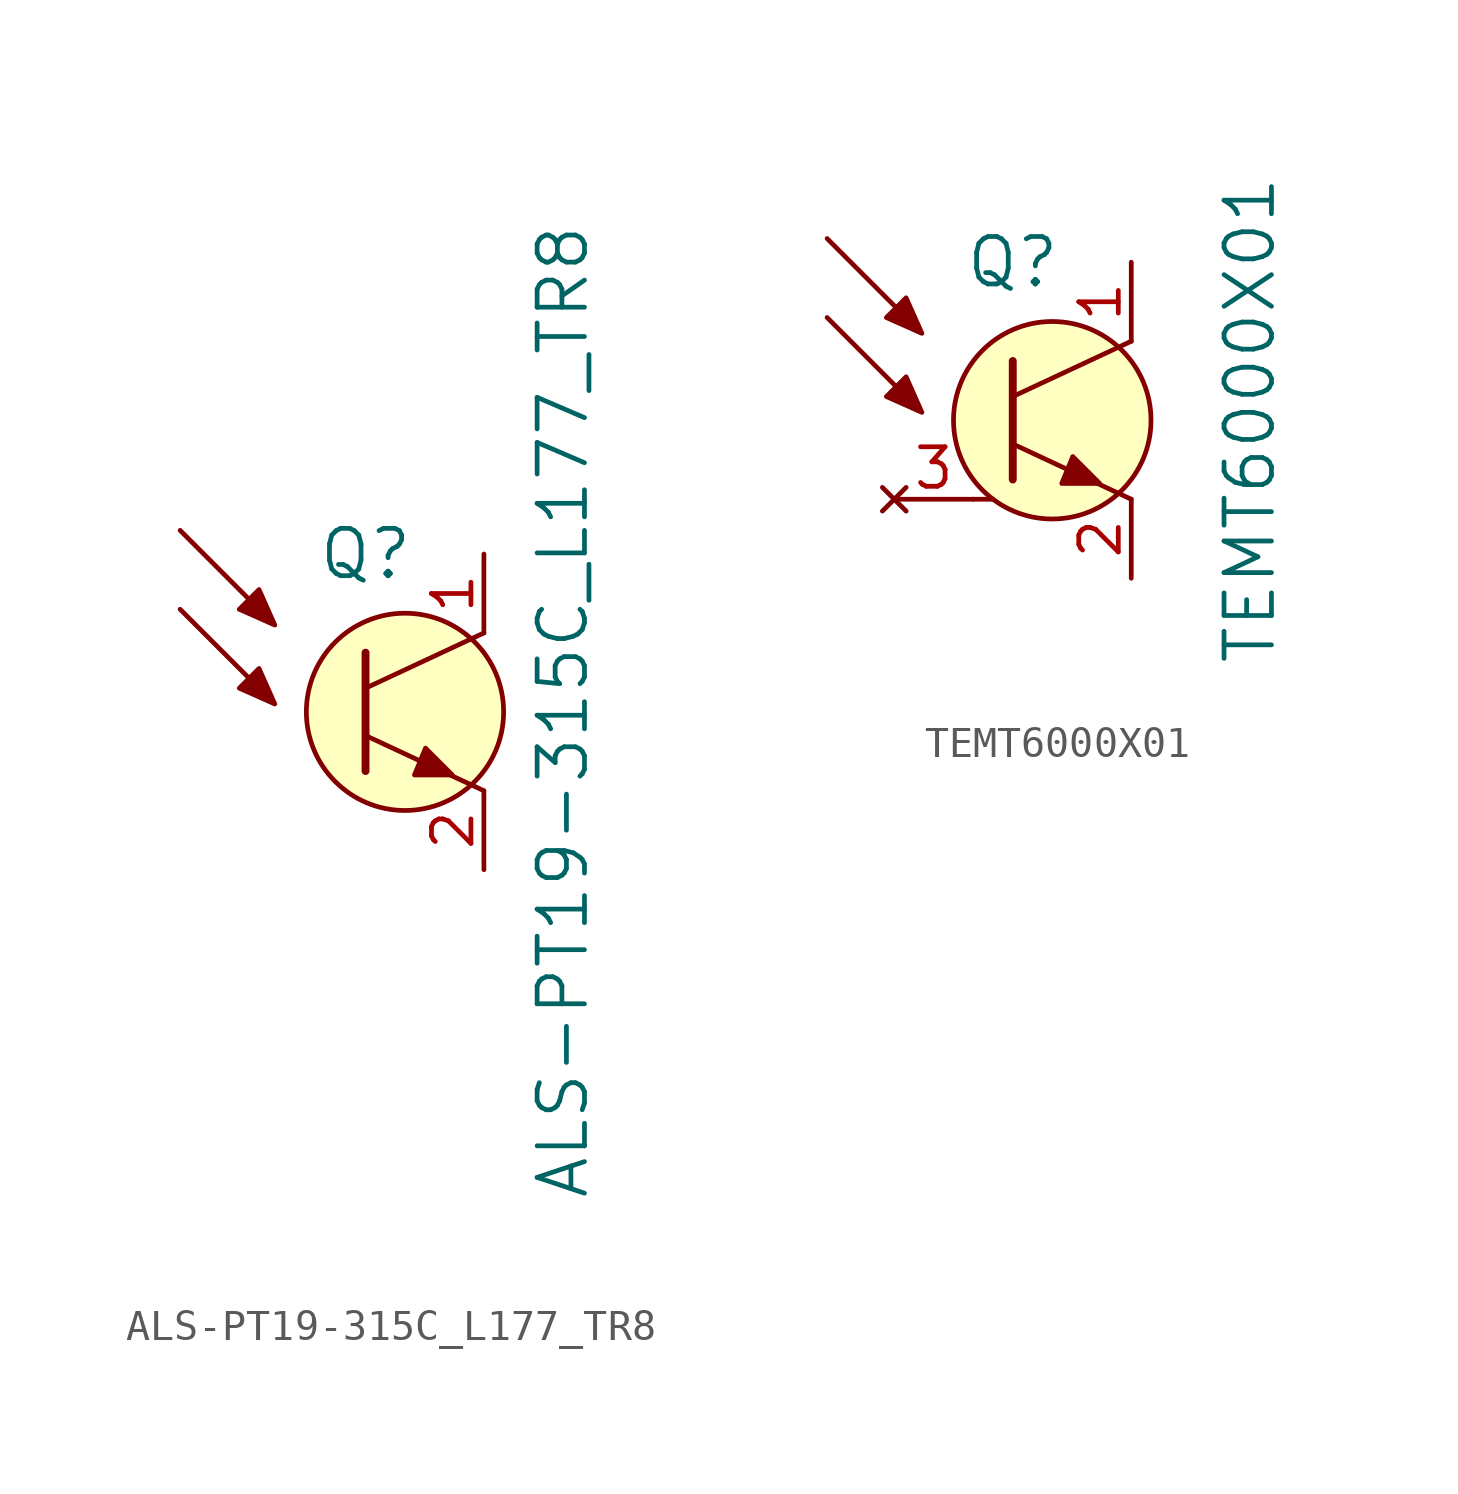
<source format=kicad_sym>
(kicad_symbol_lib
  (version 20231120)
  (generator "kicad_symbol_editor")
  (generator_version "8.0")
  (symbol "ALS-PT19-315C_L177_TR8"
    (pin_names
      (offset 1.016) hide)
    (property "Reference" "Q"
      (at -1.27 5.08 0)
      (effects (font (size 1.524 1.524))))
    (property "Value" "ALS-PT19-315C_L177_TR8"
      (at 5.08 0 90)
      (effects (font (size 1.524 1.524))))
    (symbol "ALS-PT19-315C_L177_TR8_0_1"
      (polyline (pts (xy -7.239 3.302) (xy -4.953 1.016)) (stroke (width 0) (type default)) (fill (type none)))
      (polyline (pts (xy -7.239 5.842) (xy -4.953 3.556)) (stroke (width 0) (type default)) (fill (type none)))
      (polyline (pts (xy -1.27 -1.905) (xy -1.27 1.905)) (stroke (width 0.254) (type default)) (fill (type none)))
      (polyline (pts (xy -1.27 -0.762) (xy 2.54 -2.54)) (stroke (width 0) (type default)) (fill (type none)))
      (polyline (pts (xy -1.27 0.762) (xy 2.54 2.54)) (stroke (width 0) (type default)) (fill (type none)))
      (polyline (pts (xy -4.191 0.254) (xy -5.334 0.762) (xy -4.699 1.397) (xy -4.191 0.254)) (stroke (width 0) (type default)) (fill (type outline)))
      (polyline (pts (xy -4.191 2.794) (xy -5.334 3.302) (xy -4.699 3.937) (xy -4.191 2.794)) (stroke (width 0) (type default)) (fill (type outline)))
      (polyline (pts (xy 1.524 -2.032) (xy 0.305 -2.032) (xy 0.66 -1.168) (xy 1.524 -2.032)) (stroke (width 0) (type default)) (fill (type outline)))
      (circle (center 0 0) (radius 3.175) (stroke (width 0) (type default)) (fill (type background))))
    (symbol "ALS-PT19-315C_L177_TR8_1_1"
      (pin passive line (at 2.54 5.08 270) (length 2.54) (name "C" (effects (font (size 1.27 1.27)))) (number "1" (effects (font (size 1.27 1.27)))))
      (pin passive line (at 2.54 -5.08 90) (length 2.54) (name "E" (effects (font (size 1.27 1.27)))) (number "2" (effects (font (size 1.27 1.27)))))))
  (symbol "TEMT6000X01"
    (pin_names
      (offset 0) hide)
    (property "Reference" "Q"
      (at -1.27 5.08 0)
      (effects (font (size 1.524 1.524))))
    (property "Value" "TEMT6000X01"
      (at 6.35 0 90)
      (effects (font (size 1.524 1.524))))
    (symbol "TEMT6000X01_0_1"
      (polyline (pts (xy -7.239 3.302) (xy -4.953 1.016)) (stroke (width 0) (type default)) (fill (type none)))
      (polyline (pts (xy -7.239 5.842) (xy -4.953 3.556)) (stroke (width 0) (type default)) (fill (type none)))
      (polyline (pts (xy -2.54 -2.54) (xy -1.905 -2.54)) (stroke (width 0) (type default)) (fill (type none)))
      (polyline (pts (xy -1.27 -1.905) (xy -1.27 1.905)) (stroke (width 0.254) (type default)) (fill (type none)))
      (polyline (pts (xy -1.27 -0.762) (xy 2.54 -2.54)) (stroke (width 0) (type default)) (fill (type none)))
      (polyline (pts (xy -1.27 0.762) (xy 2.54 2.54)) (stroke (width 0) (type default)) (fill (type none)))
      (polyline (pts (xy -4.191 0.254) (xy -5.334 0.762) (xy -4.699 1.397) (xy -4.191 0.254)) (stroke (width 0) (type default)) (fill (type outline)))
      (polyline (pts (xy -4.191 2.794) (xy -5.334 3.302) (xy -4.699 3.937) (xy -4.191 2.794)) (stroke (width 0) (type default)) (fill (type outline)))
      (polyline (pts (xy 1.524 -2.032) (xy 0.305 -2.032) (xy 0.66 -1.168) (xy 1.524 -2.032)) (stroke (width 0) (type default)) (fill (type outline)))
      (circle (center 0 0) (radius 3.175) (stroke (width 0) (type default)) (fill (type background))))
    (symbol "TEMT6000X01_1_1"
      (pin passive line (at 2.54 5.08 270) (length 2.54) (name "C" (effects (font (size 1.27 1.27)))) (number "1" (effects (font (size 1.27 1.27)))))
      (pin passive line (at 2.54 -5.08 90) (length 2.54) (name "E" (effects (font (size 1.27 1.27)))) (number "2" (effects (font (size 1.27 1.27)))))
      (pin no_connect line (at -5.08 -2.54 0) (length 2.54) (name "NC" (effects (font (size 1.27 1.27)))) (number "3" (effects (font (size 1.27 1.27))))))))
</source>
